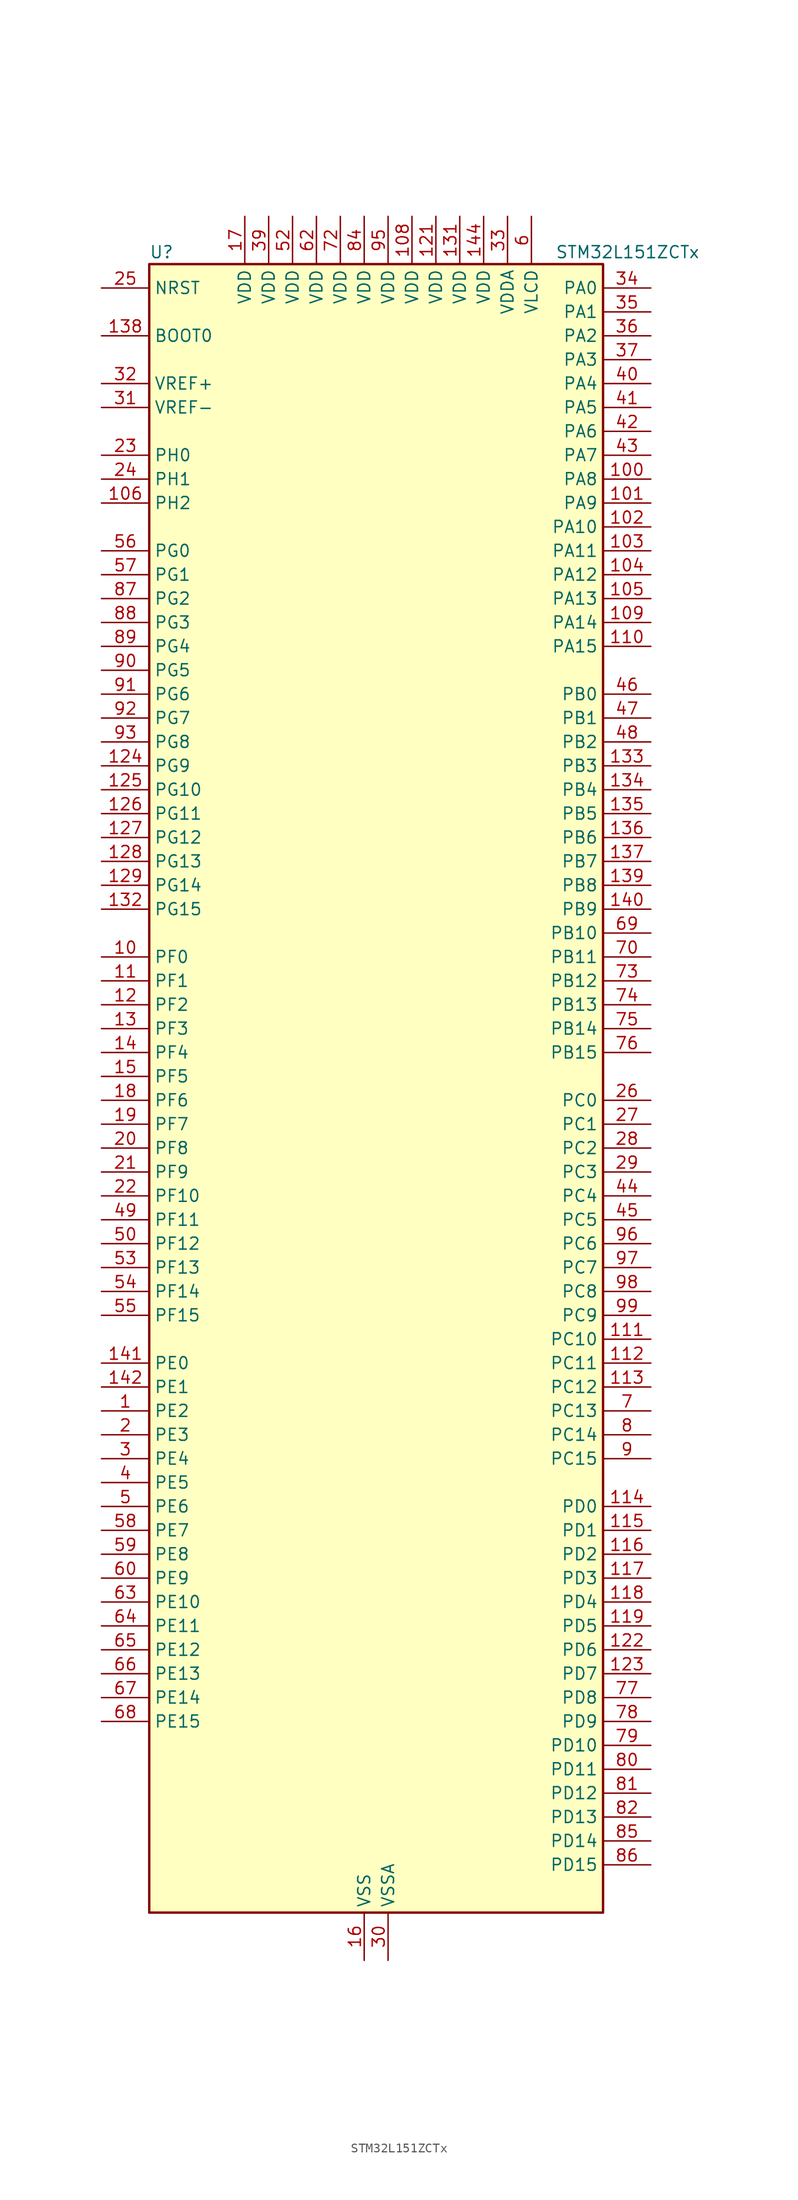
<source format=kicad_sym>
(kicad_symbol_lib
  (version 20220914)
  (generator kicad_symbol_editor)
  (symbol "STM32L151ZCTx"
    (property "Reference" "U"
      (at -22.86 90.17 0)
      (effects (font (size 1.27 1.27)) (justify left)))
    (property "Value" "STM32L151ZCTx"
      (at 20.32 90.17 0)
      (effects (font (size 1.27 1.27)) (justify left)))
    (property "ki_locked" ""
      (at 0 0 0)
      (effects (font (size 1.27 1.27))))
    (symbol "STM32L151ZCTx_0_1"
      (rectangle (start -22.86 -86.36) (end 25.4 88.9) (stroke (width 0.254) (type default)) (fill (type background))))
    (symbol "STM32L151ZCTx_1_1"
      (pin bidirectional line (at -27.94 -33.02 0) (length 5.08) (name "PE2" (effects (font (size 1.27 1.27)))) (number "1" (effects (font (size 1.27 1.27)))) (alternate "SYS_TRACECK" bidirectional line) (alternate "TIM3_ETR" bidirectional line) (alternate "TIMX_IC3" bidirectional line))
      (pin bidirectional line (at -27.94 15.24 0) (length 5.08) (name "PF0" (effects (font (size 1.27 1.27)))) (number "10" (effects (font (size 1.27 1.27)))))
      (pin bidirectional line (at 30.48 66.04 180) (length 5.08) (name "PA8" (effects (font (size 1.27 1.27)))) (number "100" (effects (font (size 1.27 1.27)))) (alternate "RCC_MCO" bidirectional line) (alternate "TIMX_IC1" bidirectional line) (alternate "TS_G4_IO1" bidirectional line) (alternate "USART1_CK" bidirectional line))
      (pin bidirectional line (at 30.48 63.5 180) (length 5.08) (name "PA9" (effects (font (size 1.27 1.27)))) (number "101" (effects (font (size 1.27 1.27)))) (alternate "DAC_EXTI9" bidirectional line) (alternate "TIMX_IC2" bidirectional line) (alternate "TS_G4_IO2" bidirectional line) (alternate "USART1_TX" bidirectional line))
      (pin bidirectional line (at 30.48 60.96 180) (length 5.08) (name "PA10" (effects (font (size 1.27 1.27)))) (number "102" (effects (font (size 1.27 1.27)))) (alternate "TIMX_IC3" bidirectional line) (alternate "TS_G4_IO3" bidirectional line) (alternate "USART1_RX" bidirectional line))
      (pin bidirectional line (at 30.48 58.42 180) (length 5.08) (name "PA11" (effects (font (size 1.27 1.27)))) (number "103" (effects (font (size 1.27 1.27)))) (alternate "ADC_EXTI11" bidirectional line) (alternate "SPI1_MISO" bidirectional line) (alternate "TIMX_IC4" bidirectional line) (alternate "USART1_CTS" bidirectional line) (alternate "USB_DM" bidirectional line))
      (pin bidirectional line (at 30.48 55.88 180) (length 5.08) (name "PA12" (effects (font (size 1.27 1.27)))) (number "104" (effects (font (size 1.27 1.27)))) (alternate "SPI1_MOSI" bidirectional line) (alternate "TIMX_IC1" bidirectional line) (alternate "USART1_RTS" bidirectional line) (alternate "USB_DP" bidirectional line))
      (pin bidirectional line (at 30.48 53.34 180) (length 5.08) (name "PA13" (effects (font (size 1.27 1.27)))) (number "105" (effects (font (size 1.27 1.27)))) (alternate "SYS_JTMS-SWDIO" bidirectional line) (alternate "TIMX_IC2" bidirectional line) (alternate "TS_G5_IO1" bidirectional line))
      (pin bidirectional line (at -27.94 63.5 0) (length 5.08) (name "PH2" (effects (font (size 1.27 1.27)))) (number "106" (effects (font (size 1.27 1.27)))))
      (pin passive line (at 0 -91.44 90) (length 5.08) hide (name "VSS" (effects (font (size 1.27 1.27)))) (number "107" (effects (font (size 1.27 1.27)))))
      (pin power_in line (at 5.08 93.98 270) (length 5.08) (name "VDD" (effects (font (size 1.27 1.27)))) (number "108" (effects (font (size 1.27 1.27)))))
      (pin bidirectional line (at 30.48 50.8 180) (length 5.08) (name "PA14" (effects (font (size 1.27 1.27)))) (number "109" (effects (font (size 1.27 1.27)))) (alternate "SYS_JTCK-SWCLK" bidirectional line) (alternate "TIMX_IC3" bidirectional line) (alternate "TS_G5_IO2" bidirectional line))
      (pin bidirectional line (at -27.94 12.7 0) (length 5.08) (name "PF1" (effects (font (size 1.27 1.27)))) (number "11" (effects (font (size 1.27 1.27)))))
      (pin bidirectional line (at 30.48 48.26 180) (length 5.08) (name "PA15" (effects (font (size 1.27 1.27)))) (number "110" (effects (font (size 1.27 1.27)))) (alternate "ADC_EXTI15" bidirectional line) (alternate "I2S3_WS" bidirectional line) (alternate "SPI1_NSS" bidirectional line) (alternate "SPI3_NSS" bidirectional line) (alternate "SYS_JTDI" bidirectional line) (alternate "TIM2_CH1" bidirectional line) (alternate "TIM2_ETR" bidirectional line) (alternate "TIMX_IC4" bidirectional line) (alternate "TS_G5_IO3" bidirectional line))
      (pin bidirectional line (at 30.48 -25.4 180) (length 5.08) (name "PC10" (effects (font (size 1.27 1.27)))) (number "111" (effects (font (size 1.27 1.27)))) (alternate "I2S3_CK" bidirectional line) (alternate "SPI3_SCK" bidirectional line) (alternate "TIMX_IC3" bidirectional line) (alternate "USART3_TX" bidirectional line))
      (pin bidirectional line (at 30.48 -27.94 180) (length 5.08) (name "PC11" (effects (font (size 1.27 1.27)))) (number "112" (effects (font (size 1.27 1.27)))) (alternate "ADC_EXTI11" bidirectional line) (alternate "SPI3_MISO" bidirectional line) (alternate "TIMX_IC4" bidirectional line) (alternate "USART3_RX" bidirectional line))
      (pin bidirectional line (at 30.48 -30.48 180) (length 5.08) (name "PC12" (effects (font (size 1.27 1.27)))) (number "113" (effects (font (size 1.27 1.27)))) (alternate "I2S3_SD" bidirectional line) (alternate "SPI3_MOSI" bidirectional line) (alternate "TIMX_IC1" bidirectional line) (alternate "USART3_CK" bidirectional line))
      (pin bidirectional line (at 30.48 -43.18 180) (length 5.08) (name "PD0" (effects (font (size 1.27 1.27)))) (number "114" (effects (font (size 1.27 1.27)))) (alternate "I2S2_WS" bidirectional line) (alternate "SPI2_NSS" bidirectional line) (alternate "TIM9_CH1" bidirectional line) (alternate "TIMX_IC1" bidirectional line))
      (pin bidirectional line (at 30.48 -45.72 180) (length 5.08) (name "PD1" (effects (font (size 1.27 1.27)))) (number "115" (effects (font (size 1.27 1.27)))) (alternate "I2S2_CK" bidirectional line) (alternate "SPI2_SCK" bidirectional line) (alternate "TIMX_IC2" bidirectional line))
      (pin bidirectional line (at 30.48 -48.26 180) (length 5.08) (name "PD2" (effects (font (size 1.27 1.27)))) (number "116" (effects (font (size 1.27 1.27)))) (alternate "TIM3_ETR" bidirectional line) (alternate "TIMX_IC3" bidirectional line))
      (pin bidirectional line (at 30.48 -50.8 180) (length 5.08) (name "PD3" (effects (font (size 1.27 1.27)))) (number "117" (effects (font (size 1.27 1.27)))) (alternate "SPI2_MISO" bidirectional line) (alternate "TIMX_IC4" bidirectional line) (alternate "USART2_CTS" bidirectional line))
      (pin bidirectional line (at 30.48 -53.34 180) (length 5.08) (name "PD4" (effects (font (size 1.27 1.27)))) (number "118" (effects (font (size 1.27 1.27)))) (alternate "I2S2_SD" bidirectional line) (alternate "SPI2_MOSI" bidirectional line) (alternate "TIMX_IC1" bidirectional line) (alternate "USART2_RTS" bidirectional line))
      (pin bidirectional line (at 30.48 -55.88 180) (length 5.08) (name "PD5" (effects (font (size 1.27 1.27)))) (number "119" (effects (font (size 1.27 1.27)))) (alternate "TIMX_IC2" bidirectional line) (alternate "USART2_TX" bidirectional line))
      (pin bidirectional line (at -27.94 10.16 0) (length 5.08) (name "PF2" (effects (font (size 1.27 1.27)))) (number "12" (effects (font (size 1.27 1.27)))))
      (pin passive line (at 0 -91.44 90) (length 5.08) hide (name "VSS" (effects (font (size 1.27 1.27)))) (number "120" (effects (font (size 1.27 1.27)))))
      (pin power_in line (at 7.62 93.98 270) (length 5.08) (name "VDD" (effects (font (size 1.27 1.27)))) (number "121" (effects (font (size 1.27 1.27)))))
      (pin bidirectional line (at 30.48 -58.42 180) (length 5.08) (name "PD6" (effects (font (size 1.27 1.27)))) (number "122" (effects (font (size 1.27 1.27)))) (alternate "TIMX_IC3" bidirectional line) (alternate "USART2_RX" bidirectional line))
      (pin bidirectional line (at 30.48 -60.96 180) (length 5.08) (name "PD7" (effects (font (size 1.27 1.27)))) (number "123" (effects (font (size 1.27 1.27)))) (alternate "TIM9_CH2" bidirectional line) (alternate "TIMX_IC4" bidirectional line) (alternate "USART2_CK" bidirectional line))
      (pin bidirectional line (at -27.94 35.56 0) (length 5.08) (name "PG9" (effects (font (size 1.27 1.27)))) (number "124" (effects (font (size 1.27 1.27)))) (alternate "DAC_EXTI9" bidirectional line))
      (pin bidirectional line (at -27.94 33.02 0) (length 5.08) (name "PG10" (effects (font (size 1.27 1.27)))) (number "125" (effects (font (size 1.27 1.27)))))
      (pin bidirectional line (at -27.94 30.48 0) (length 5.08) (name "PG11" (effects (font (size 1.27 1.27)))) (number "126" (effects (font (size 1.27 1.27)))) (alternate "ADC_EXTI11" bidirectional line))
      (pin bidirectional line (at -27.94 27.94 0) (length 5.08) (name "PG12" (effects (font (size 1.27 1.27)))) (number "127" (effects (font (size 1.27 1.27)))))
      (pin bidirectional line (at -27.94 25.4 0) (length 5.08) (name "PG13" (effects (font (size 1.27 1.27)))) (number "128" (effects (font (size 1.27 1.27)))))
      (pin bidirectional line (at -27.94 22.86 0) (length 5.08) (name "PG14" (effects (font (size 1.27 1.27)))) (number "129" (effects (font (size 1.27 1.27)))))
      (pin bidirectional line (at -27.94 7.62 0) (length 5.08) (name "PF3" (effects (font (size 1.27 1.27)))) (number "13" (effects (font (size 1.27 1.27)))))
      (pin passive line (at 0 -91.44 90) (length 5.08) hide (name "VSS" (effects (font (size 1.27 1.27)))) (number "130" (effects (font (size 1.27 1.27)))))
      (pin power_in line (at 10.16 93.98 270) (length 5.08) (name "VDD" (effects (font (size 1.27 1.27)))) (number "131" (effects (font (size 1.27 1.27)))))
      (pin bidirectional line (at -27.94 20.32 0) (length 5.08) (name "PG15" (effects (font (size 1.27 1.27)))) (number "132" (effects (font (size 1.27 1.27)))) (alternate "ADC_EXTI15" bidirectional line))
      (pin bidirectional line (at 30.48 35.56 180) (length 5.08) (name "PB3" (effects (font (size 1.27 1.27)))) (number "133" (effects (font (size 1.27 1.27)))) (alternate "COMP2_INM" bidirectional line) (alternate "I2S3_CK" bidirectional line) (alternate "SPI1_SCK" bidirectional line) (alternate "SPI3_SCK" bidirectional line) (alternate "SYS_JTDO-TRACESWO" bidirectional line) (alternate "TIM2_CH2" bidirectional line))
      (pin bidirectional line (at 30.48 33.02 180) (length 5.08) (name "PB4" (effects (font (size 1.27 1.27)))) (number "134" (effects (font (size 1.27 1.27)))) (alternate "COMP2_INP" bidirectional line) (alternate "SPI1_MISO" bidirectional line) (alternate "SPI3_MISO" bidirectional line) (alternate "SYS_JTRST" bidirectional line) (alternate "TIM3_CH1" bidirectional line) (alternate "TS_G6_IO1" bidirectional line))
      (pin bidirectional line (at 30.48 30.48 180) (length 5.08) (name "PB5" (effects (font (size 1.27 1.27)))) (number "135" (effects (font (size 1.27 1.27)))) (alternate "COMP2_INP" bidirectional line) (alternate "I2C1_SMBA" bidirectional line) (alternate "I2S3_SD" bidirectional line) (alternate "SPI1_MOSI" bidirectional line) (alternate "SPI3_MOSI" bidirectional line) (alternate "TIM3_CH2" bidirectional line) (alternate "TS_G6_IO2" bidirectional line))
      (pin bidirectional line (at 30.48 27.94 180) (length 5.08) (name "PB6" (effects (font (size 1.27 1.27)))) (number "136" (effects (font (size 1.27 1.27)))) (alternate "COMP2_INP" bidirectional line) (alternate "I2C1_SCL" bidirectional line) (alternate "TIM4_CH1" bidirectional line) (alternate "TS_G6_IO3" bidirectional line) (alternate "USART1_TX" bidirectional line))
      (pin bidirectional line (at 30.48 25.4 180) (length 5.08) (name "PB7" (effects (font (size 1.27 1.27)))) (number "137" (effects (font (size 1.27 1.27)))) (alternate "COMP2_INP" bidirectional line) (alternate "I2C1_SDA" bidirectional line) (alternate "SYS_PVD_IN" bidirectional line) (alternate "TIM4_CH2" bidirectional line) (alternate "TS_G6_IO4" bidirectional line) (alternate "USART1_RX" bidirectional line))
      (pin input line (at -27.94 81.28 0) (length 5.08) (name "BOOT0" (effects (font (size 1.27 1.27)))) (number "138" (effects (font (size 1.27 1.27)))))
      (pin bidirectional line (at 30.48 22.86 180) (length 5.08) (name "PB8" (effects (font (size 1.27 1.27)))) (number "139" (effects (font (size 1.27 1.27)))) (alternate "I2C1_SCL" bidirectional line) (alternate "TIM10_CH1" bidirectional line) (alternate "TIM4_CH3" bidirectional line))
      (pin bidirectional line (at -27.94 5.08 0) (length 5.08) (name "PF4" (effects (font (size 1.27 1.27)))) (number "14" (effects (font (size 1.27 1.27)))))
      (pin bidirectional line (at 30.48 20.32 180) (length 5.08) (name "PB9" (effects (font (size 1.27 1.27)))) (number "140" (effects (font (size 1.27 1.27)))) (alternate "DAC_EXTI9" bidirectional line) (alternate "I2C1_SDA" bidirectional line) (alternate "TIM11_CH1" bidirectional line) (alternate "TIM4_CH4" bidirectional line))
      (pin bidirectional line (at -27.94 -27.94 0) (length 5.08) (name "PE0" (effects (font (size 1.27 1.27)))) (number "141" (effects (font (size 1.27 1.27)))) (alternate "TIM10_CH1" bidirectional line) (alternate "TIM4_ETR" bidirectional line) (alternate "TIMX_IC1" bidirectional line))
      (pin bidirectional line (at -27.94 -30.48 0) (length 5.08) (name "PE1" (effects (font (size 1.27 1.27)))) (number "142" (effects (font (size 1.27 1.27)))) (alternate "TIM11_CH1" bidirectional line) (alternate "TIMX_IC2" bidirectional line))
      (pin passive line (at 0 -91.44 90) (length 5.08) hide (name "VSS" (effects (font (size 1.27 1.27)))) (number "143" (effects (font (size 1.27 1.27)))))
      (pin power_in line (at 12.7 93.98 270) (length 5.08) (name "VDD" (effects (font (size 1.27 1.27)))) (number "144" (effects (font (size 1.27 1.27)))))
      (pin bidirectional line (at -27.94 2.54 0) (length 5.08) (name "PF5" (effects (font (size 1.27 1.27)))) (number "15" (effects (font (size 1.27 1.27)))))
      (pin power_in line (at 0 -91.44 90) (length 5.08) (name "VSS" (effects (font (size 1.27 1.27)))) (number "16" (effects (font (size 1.27 1.27)))))
      (pin power_in line (at -12.7 93.98 270) (length 5.08) (name "VDD" (effects (font (size 1.27 1.27)))) (number "17" (effects (font (size 1.27 1.27)))))
      (pin bidirectional line (at -27.94 0 0) (length 5.08) (name "PF6" (effects (font (size 1.27 1.27)))) (number "18" (effects (font (size 1.27 1.27)))) (alternate "ADC_IN27" bidirectional line) (alternate "TIM5_CH1" bidirectional line) (alternate "TIM5_ETR" bidirectional line) (alternate "TS_G11_IO1" bidirectional line))
      (pin bidirectional line (at -27.94 -2.54 0) (length 5.08) (name "PF7" (effects (font (size 1.27 1.27)))) (number "19" (effects (font (size 1.27 1.27)))) (alternate "ADC_IN28" bidirectional line) (alternate "COMP1_INP" bidirectional line) (alternate "TIM5_CH2" bidirectional line) (alternate "TS_G11_IO2" bidirectional line))
      (pin bidirectional line (at -27.94 -35.56 0) (length 5.08) (name "PE3" (effects (font (size 1.27 1.27)))) (number "2" (effects (font (size 1.27 1.27)))) (alternate "SYS_TRACED0" bidirectional line) (alternate "TIM3_CH1" bidirectional line) (alternate "TIMX_IC4" bidirectional line))
      (pin bidirectional line (at -27.94 -5.08 0) (length 5.08) (name "PF8" (effects (font (size 1.27 1.27)))) (number "20" (effects (font (size 1.27 1.27)))) (alternate "ADC_IN29" bidirectional line) (alternate "COMP1_INP" bidirectional line) (alternate "TIM5_CH3" bidirectional line) (alternate "TS_G11_IO3" bidirectional line))
      (pin bidirectional line (at -27.94 -7.62 0) (length 5.08) (name "PF9" (effects (font (size 1.27 1.27)))) (number "21" (effects (font (size 1.27 1.27)))) (alternate "ADC_IN30" bidirectional line) (alternate "COMP1_INP" bidirectional line) (alternate "DAC_EXTI9" bidirectional line) (alternate "TIM5_CH4" bidirectional line) (alternate "TS_G11_IO4" bidirectional line))
      (pin bidirectional line (at -27.94 -10.16 0) (length 5.08) (name "PF10" (effects (font (size 1.27 1.27)))) (number "22" (effects (font (size 1.27 1.27)))) (alternate "ADC_IN31" bidirectional line) (alternate "COMP1_INP" bidirectional line) (alternate "TS_G11_IO5" bidirectional line))
      (pin bidirectional line (at -27.94 68.58 0) (length 5.08) (name "PH0" (effects (font (size 1.27 1.27)))) (number "23" (effects (font (size 1.27 1.27)))) (alternate "RCC_OSC_IN" bidirectional line))
      (pin bidirectional line (at -27.94 66.04 0) (length 5.08) (name "PH1" (effects (font (size 1.27 1.27)))) (number "24" (effects (font (size 1.27 1.27)))) (alternate "RCC_OSC_OUT" bidirectional line))
      (pin input line (at -27.94 86.36 0) (length 5.08) (name "NRST" (effects (font (size 1.27 1.27)))) (number "25" (effects (font (size 1.27 1.27)))))
      (pin bidirectional line (at 30.48 0 180) (length 5.08) (name "PC0" (effects (font (size 1.27 1.27)))) (number "26" (effects (font (size 1.27 1.27)))) (alternate "ADC_IN10" bidirectional line) (alternate "COMP1_INP" bidirectional line) (alternate "TIMX_IC1" bidirectional line) (alternate "TS_G8_IO1" bidirectional line))
      (pin bidirectional line (at 30.48 -2.54 180) (length 5.08) (name "PC1" (effects (font (size 1.27 1.27)))) (number "27" (effects (font (size 1.27 1.27)))) (alternate "ADC_IN11" bidirectional line) (alternate "COMP1_INP" bidirectional line) (alternate "TIMX_IC2" bidirectional line) (alternate "TS_G8_IO2" bidirectional line))
      (pin bidirectional line (at 30.48 -5.08 180) (length 5.08) (name "PC2" (effects (font (size 1.27 1.27)))) (number "28" (effects (font (size 1.27 1.27)))) (alternate "ADC_IN12" bidirectional line) (alternate "COMP1_INP" bidirectional line) (alternate "TIMX_IC3" bidirectional line) (alternate "TS_G8_IO3" bidirectional line))
      (pin bidirectional line (at 30.48 -7.62 180) (length 5.08) (name "PC3" (effects (font (size 1.27 1.27)))) (number "29" (effects (font (size 1.27 1.27)))) (alternate "ADC_IN13" bidirectional line) (alternate "COMP1_INP" bidirectional line) (alternate "TIMX_IC4" bidirectional line) (alternate "TS_G8_IO4" bidirectional line))
      (pin bidirectional line (at -27.94 -38.1 0) (length 5.08) (name "PE4" (effects (font (size 1.27 1.27)))) (number "3" (effects (font (size 1.27 1.27)))) (alternate "SYS_TRACED1" bidirectional line) (alternate "TIM3_CH2" bidirectional line) (alternate "TIMX_IC1" bidirectional line))
      (pin power_in line (at 2.54 -91.44 90) (length 5.08) (name "VSSA" (effects (font (size 1.27 1.27)))) (number "30" (effects (font (size 1.27 1.27)))))
      (pin input line (at -27.94 73.66 0) (length 5.08) (name "VREF-" (effects (font (size 1.27 1.27)))) (number "31" (effects (font (size 1.27 1.27)))))
      (pin input line (at -27.94 76.2 0) (length 5.08) (name "VREF+" (effects (font (size 1.27 1.27)))) (number "32" (effects (font (size 1.27 1.27)))))
      (pin power_in line (at 15.24 93.98 270) (length 5.08) (name "VDDA" (effects (font (size 1.27 1.27)))) (number "33" (effects (font (size 1.27 1.27)))))
      (pin bidirectional line (at 30.48 86.36 180) (length 5.08) (name "PA0" (effects (font (size 1.27 1.27)))) (number "34" (effects (font (size 1.27 1.27)))) (alternate "ADC_IN0" bidirectional line) (alternate "COMP1_INP" bidirectional line) (alternate "RTC_TAMP2" bidirectional line) (alternate "SYS_WKUP1" bidirectional line) (alternate "TIM2_CH1" bidirectional line) (alternate "TIM2_ETR" bidirectional line) (alternate "TIM5_CH1" bidirectional line) (alternate "TIMX_IC1" bidirectional line) (alternate "TS_G1_IO1" bidirectional line) (alternate "USART2_CTS" bidirectional line))
      (pin bidirectional line (at 30.48 83.82 180) (length 5.08) (name "PA1" (effects (font (size 1.27 1.27)))) (number "35" (effects (font (size 1.27 1.27)))) (alternate "ADC_IN1" bidirectional line) (alternate "COMP1_INP" bidirectional line) (alternate "OPAMP1_VINP" bidirectional line) (alternate "TIM2_CH2" bidirectional line) (alternate "TIM5_CH2" bidirectional line) (alternate "TIMX_IC2" bidirectional line) (alternate "TS_G1_IO2" bidirectional line) (alternate "USART2_RTS" bidirectional line))
      (pin bidirectional line (at 30.48 81.28 180) (length 5.08) (name "PA2" (effects (font (size 1.27 1.27)))) (number "36" (effects (font (size 1.27 1.27)))) (alternate "ADC_IN2" bidirectional line) (alternate "COMP1_INP" bidirectional line) (alternate "OPAMP1_VINM" bidirectional line) (alternate "TIM2_CH3" bidirectional line) (alternate "TIM5_CH3" bidirectional line) (alternate "TIM9_CH1" bidirectional line) (alternate "TIMX_IC3" bidirectional line) (alternate "TS_G1_IO3" bidirectional line) (alternate "USART2_TX" bidirectional line))
      (pin bidirectional line (at 30.48 78.74 180) (length 5.08) (name "PA3" (effects (font (size 1.27 1.27)))) (number "37" (effects (font (size 1.27 1.27)))) (alternate "ADC_IN3" bidirectional line) (alternate "COMP1_INP" bidirectional line) (alternate "OPAMP1_VOUT" bidirectional line) (alternate "TIM2_CH4" bidirectional line) (alternate "TIM5_CH4" bidirectional line) (alternate "TIM9_CH2" bidirectional line) (alternate "TIMX_IC4" bidirectional line) (alternate "TS_G1_IO4" bidirectional line) (alternate "USART2_RX" bidirectional line))
      (pin passive line (at 0 -91.44 90) (length 5.08) hide (name "VSS" (effects (font (size 1.27 1.27)))) (number "38" (effects (font (size 1.27 1.27)))))
      (pin power_in line (at -10.16 93.98 270) (length 5.08) (name "VDD" (effects (font (size 1.27 1.27)))) (number "39" (effects (font (size 1.27 1.27)))))
      (pin bidirectional line (at -27.94 -40.64 0) (length 5.08) (name "PE5" (effects (font (size 1.27 1.27)))) (number "4" (effects (font (size 1.27 1.27)))) (alternate "SYS_TRACED2" bidirectional line) (alternate "TIM9_CH1" bidirectional line) (alternate "TIMX_IC2" bidirectional line))
      (pin bidirectional line (at 30.48 76.2 180) (length 5.08) (name "PA4" (effects (font (size 1.27 1.27)))) (number "40" (effects (font (size 1.27 1.27)))) (alternate "ADC_IN4" bidirectional line) (alternate "COMP1_INP" bidirectional line) (alternate "DAC_OUT1" bidirectional line) (alternate "I2S3_WS" bidirectional line) (alternate "SPI1_NSS" bidirectional line) (alternate "SPI3_NSS" bidirectional line) (alternate "TIMX_IC1" bidirectional line) (alternate "USART2_CK" bidirectional line))
      (pin bidirectional line (at 30.48 73.66 180) (length 5.08) (name "PA5" (effects (font (size 1.27 1.27)))) (number "41" (effects (font (size 1.27 1.27)))) (alternate "ADC_IN5" bidirectional line) (alternate "COMP1_INP" bidirectional line) (alternate "DAC_OUT2" bidirectional line) (alternate "SPI1_SCK" bidirectional line) (alternate "TIM2_CH1" bidirectional line) (alternate "TIM2_ETR" bidirectional line) (alternate "TIMX_IC2" bidirectional line))
      (pin bidirectional line (at 30.48 71.12 180) (length 5.08) (name "PA6" (effects (font (size 1.27 1.27)))) (number "42" (effects (font (size 1.27 1.27)))) (alternate "ADC_IN6" bidirectional line) (alternate "COMP1_INP" bidirectional line) (alternate "OPAMP2_VINP" bidirectional line) (alternate "SPI1_MISO" bidirectional line) (alternate "TIM10_CH1" bidirectional line) (alternate "TIM3_CH1" bidirectional line) (alternate "TIMX_IC3" bidirectional line) (alternate "TS_G2_IO1" bidirectional line))
      (pin bidirectional line (at 30.48 68.58 180) (length 5.08) (name "PA7" (effects (font (size 1.27 1.27)))) (number "43" (effects (font (size 1.27 1.27)))) (alternate "ADC_IN7" bidirectional line) (alternate "COMP1_INP" bidirectional line) (alternate "OPAMP2_VINM" bidirectional line) (alternate "SPI1_MOSI" bidirectional line) (alternate "TIM11_CH1" bidirectional line) (alternate "TIM3_CH2" bidirectional line) (alternate "TIMX_IC4" bidirectional line) (alternate "TS_G2_IO2" bidirectional line))
      (pin bidirectional line (at 30.48 -10.16 180) (length 5.08) (name "PC4" (effects (font (size 1.27 1.27)))) (number "44" (effects (font (size 1.27 1.27)))) (alternate "ADC_IN14" bidirectional line) (alternate "COMP1_INP" bidirectional line) (alternate "TIMX_IC1" bidirectional line) (alternate "TS_G9_IO1" bidirectional line))
      (pin bidirectional line (at 30.48 -12.7 180) (length 5.08) (name "PC5" (effects (font (size 1.27 1.27)))) (number "45" (effects (font (size 1.27 1.27)))) (alternate "ADC_IN15" bidirectional line) (alternate "COMP1_INP" bidirectional line) (alternate "TIMX_IC2" bidirectional line) (alternate "TS_G9_IO2" bidirectional line))
      (pin bidirectional line (at 30.48 43.18 180) (length 5.08) (name "PB0" (effects (font (size 1.27 1.27)))) (number "46" (effects (font (size 1.27 1.27)))) (alternate "ADC_IN8" bidirectional line) (alternate "COMP1_INP" bidirectional line) (alternate "OPAMP2_VOUT" bidirectional line) (alternate "SYS_V_REF_OUT" bidirectional line) (alternate "TIM3_CH3" bidirectional line) (alternate "TS_G3_IO1" bidirectional line))
      (pin bidirectional line (at 30.48 40.64 180) (length 5.08) (name "PB1" (effects (font (size 1.27 1.27)))) (number "47" (effects (font (size 1.27 1.27)))) (alternate "ADC_IN9" bidirectional line) (alternate "COMP1_INP" bidirectional line) (alternate "SYS_V_REF_OUT" bidirectional line) (alternate "TIM3_CH4" bidirectional line) (alternate "TS_G3_IO2" bidirectional line))
      (pin bidirectional line (at 30.48 38.1 180) (length 5.08) (name "PB2" (effects (font (size 1.27 1.27)))) (number "48" (effects (font (size 1.27 1.27)))) (alternate "ADC_IN0b" bidirectional line) (alternate "TS_G3_IO3" bidirectional line))
      (pin bidirectional line (at -27.94 -12.7 0) (length 5.08) (name "PF11" (effects (font (size 1.27 1.27)))) (number "49" (effects (font (size 1.27 1.27)))) (alternate "ADC_EXTI11" bidirectional line) (alternate "ADC_IN1b" bidirectional line) (alternate "TS_G3_IO4" bidirectional line))
      (pin bidirectional line (at -27.94 -43.18 0) (length 5.08) (name "PE6" (effects (font (size 1.27 1.27)))) (number "5" (effects (font (size 1.27 1.27)))) (alternate "RTC_TAMP3" bidirectional line) (alternate "SYS_TRACED3" bidirectional line) (alternate "SYS_WKUP3" bidirectional line) (alternate "TIM9_CH2" bidirectional line) (alternate "TIMX_IC3" bidirectional line))
      (pin bidirectional line (at -27.94 -15.24 0) (length 5.08) (name "PF12" (effects (font (size 1.27 1.27)))) (number "50" (effects (font (size 1.27 1.27)))) (alternate "ADC_IN2b" bidirectional line) (alternate "TS_G3_IO5" bidirectional line))
      (pin passive line (at 0 -91.44 90) (length 5.08) hide (name "VSS" (effects (font (size 1.27 1.27)))) (number "51" (effects (font (size 1.27 1.27)))))
      (pin power_in line (at -7.62 93.98 270) (length 5.08) (name "VDD" (effects (font (size 1.27 1.27)))) (number "52" (effects (font (size 1.27 1.27)))))
      (pin bidirectional line (at -27.94 -17.78 0) (length 5.08) (name "PF13" (effects (font (size 1.27 1.27)))) (number "53" (effects (font (size 1.27 1.27)))) (alternate "ADC_IN3b" bidirectional line) (alternate "TS_G9_IO3" bidirectional line))
      (pin bidirectional line (at -27.94 -20.32 0) (length 5.08) (name "PF14" (effects (font (size 1.27 1.27)))) (number "54" (effects (font (size 1.27 1.27)))) (alternate "ADC_IN6b" bidirectional line) (alternate "TS_G9_IO4" bidirectional line))
      (pin bidirectional line (at -27.94 -22.86 0) (length 5.08) (name "PF15" (effects (font (size 1.27 1.27)))) (number "55" (effects (font (size 1.27 1.27)))) (alternate "ADC_EXTI15" bidirectional line) (alternate "ADC_IN7b" bidirectional line) (alternate "TS_G2_IO3" bidirectional line))
      (pin bidirectional line (at -27.94 58.42 0) (length 5.08) (name "PG0" (effects (font (size 1.27 1.27)))) (number "56" (effects (font (size 1.27 1.27)))) (alternate "ADC_IN8b" bidirectional line) (alternate "TS_G2_IO4" bidirectional line))
      (pin bidirectional line (at -27.94 55.88 0) (length 5.08) (name "PG1" (effects (font (size 1.27 1.27)))) (number "57" (effects (font (size 1.27 1.27)))) (alternate "ADC_IN9b" bidirectional line) (alternate "TS_G2_IO5" bidirectional line))
      (pin bidirectional line (at -27.94 -45.72 0) (length 5.08) (name "PE7" (effects (font (size 1.27 1.27)))) (number "58" (effects (font (size 1.27 1.27)))) (alternate "ADC_IN22" bidirectional line) (alternate "COMP1_INP" bidirectional line) (alternate "TIMX_IC4" bidirectional line))
      (pin bidirectional line (at -27.94 -48.26 0) (length 5.08) (name "PE8" (effects (font (size 1.27 1.27)))) (number "59" (effects (font (size 1.27 1.27)))) (alternate "ADC_IN23" bidirectional line) (alternate "COMP1_INP" bidirectional line) (alternate "TIMX_IC1" bidirectional line))
      (pin power_in line (at 17.78 93.98 270) (length 5.08) (name "VLCD" (effects (font (size 1.27 1.27)))) (number "6" (effects (font (size 1.27 1.27)))))
      (pin bidirectional line (at -27.94 -50.8 0) (length 5.08) (name "PE9" (effects (font (size 1.27 1.27)))) (number "60" (effects (font (size 1.27 1.27)))) (alternate "ADC_IN24" bidirectional line) (alternate "COMP1_INP" bidirectional line) (alternate "DAC_EXTI9" bidirectional line) (alternate "TIM2_CH1" bidirectional line) (alternate "TIM2_ETR" bidirectional line) (alternate "TIMX_IC2" bidirectional line))
      (pin passive line (at 0 -91.44 90) (length 5.08) hide (name "VSS" (effects (font (size 1.27 1.27)))) (number "61" (effects (font (size 1.27 1.27)))))
      (pin power_in line (at -5.08 93.98 270) (length 5.08) (name "VDD" (effects (font (size 1.27 1.27)))) (number "62" (effects (font (size 1.27 1.27)))))
      (pin bidirectional line (at -27.94 -53.34 0) (length 5.08) (name "PE10" (effects (font (size 1.27 1.27)))) (number "63" (effects (font (size 1.27 1.27)))) (alternate "ADC_IN25" bidirectional line) (alternate "COMP1_INP" bidirectional line) (alternate "TIM2_CH2" bidirectional line) (alternate "TIMX_IC3" bidirectional line))
      (pin bidirectional line (at -27.94 -55.88 0) (length 5.08) (name "PE11" (effects (font (size 1.27 1.27)))) (number "64" (effects (font (size 1.27 1.27)))) (alternate "ADC_EXTI11" bidirectional line) (alternate "TIM2_CH3" bidirectional line) (alternate "TIMX_IC4" bidirectional line))
      (pin bidirectional line (at -27.94 -58.42 0) (length 5.08) (name "PE12" (effects (font (size 1.27 1.27)))) (number "65" (effects (font (size 1.27 1.27)))) (alternate "SPI1_NSS" bidirectional line) (alternate "TIM2_CH4" bidirectional line) (alternate "TIMX_IC1" bidirectional line))
      (pin bidirectional line (at -27.94 -60.96 0) (length 5.08) (name "PE13" (effects (font (size 1.27 1.27)))) (number "66" (effects (font (size 1.27 1.27)))) (alternate "SPI1_SCK" bidirectional line) (alternate "TIMX_IC2" bidirectional line))
      (pin bidirectional line (at -27.94 -63.5 0) (length 5.08) (name "PE14" (effects (font (size 1.27 1.27)))) (number "67" (effects (font (size 1.27 1.27)))) (alternate "SPI1_MISO" bidirectional line) (alternate "TIMX_IC3" bidirectional line))
      (pin bidirectional line (at -27.94 -66.04 0) (length 5.08) (name "PE15" (effects (font (size 1.27 1.27)))) (number "68" (effects (font (size 1.27 1.27)))) (alternate "ADC_EXTI15" bidirectional line) (alternate "SPI1_MOSI" bidirectional line) (alternate "TIMX_IC4" bidirectional line))
      (pin bidirectional line (at 30.48 17.78 180) (length 5.08) (name "PB10" (effects (font (size 1.27 1.27)))) (number "69" (effects (font (size 1.27 1.27)))) (alternate "I2C2_SCL" bidirectional line) (alternate "TIM2_CH3" bidirectional line) (alternate "USART3_TX" bidirectional line))
      (pin bidirectional line (at 30.48 -33.02 180) (length 5.08) (name "PC13" (effects (font (size 1.27 1.27)))) (number "7" (effects (font (size 1.27 1.27)))) (alternate "RTC_OUT_ALARM" bidirectional line) (alternate "RTC_OUT_CALIB" bidirectional line) (alternate "RTC_TAMP1" bidirectional line) (alternate "RTC_TS" bidirectional line) (alternate "SYS_WKUP2" bidirectional line) (alternate "TIMX_IC2" bidirectional line))
      (pin bidirectional line (at 30.48 15.24 180) (length 5.08) (name "PB11" (effects (font (size 1.27 1.27)))) (number "70" (effects (font (size 1.27 1.27)))) (alternate "ADC_EXTI11" bidirectional line) (alternate "I2C2_SDA" bidirectional line) (alternate "TIM2_CH4" bidirectional line) (alternate "USART3_RX" bidirectional line))
      (pin passive line (at 0 -91.44 90) (length 5.08) hide (name "VSS" (effects (font (size 1.27 1.27)))) (number "71" (effects (font (size 1.27 1.27)))))
      (pin power_in line (at -2.54 93.98 270) (length 5.08) (name "VDD" (effects (font (size 1.27 1.27)))) (number "72" (effects (font (size 1.27 1.27)))))
      (pin bidirectional line (at 30.48 12.7 180) (length 5.08) (name "PB12" (effects (font (size 1.27 1.27)))) (number "73" (effects (font (size 1.27 1.27)))) (alternate "ADC_IN18" bidirectional line) (alternate "COMP1_INP" bidirectional line) (alternate "I2C2_SMBA" bidirectional line) (alternate "I2S2_WS" bidirectional line) (alternate "SPI2_NSS" bidirectional line) (alternate "TIM10_CH1" bidirectional line) (alternate "TS_G7_IO1" bidirectional line) (alternate "USART3_CK" bidirectional line))
      (pin bidirectional line (at 30.48 10.16 180) (length 5.08) (name "PB13" (effects (font (size 1.27 1.27)))) (number "74" (effects (font (size 1.27 1.27)))) (alternate "ADC_IN19" bidirectional line) (alternate "COMP1_INP" bidirectional line) (alternate "I2S2_CK" bidirectional line) (alternate "SPI2_SCK" bidirectional line) (alternate "TIM9_CH1" bidirectional line) (alternate "TS_G7_IO2" bidirectional line) (alternate "USART3_CTS" bidirectional line))
      (pin bidirectional line (at 30.48 7.62 180) (length 5.08) (name "PB14" (effects (font (size 1.27 1.27)))) (number "75" (effects (font (size 1.27 1.27)))) (alternate "ADC_IN20" bidirectional line) (alternate "COMP1_INP" bidirectional line) (alternate "SPI2_MISO" bidirectional line) (alternate "TIM9_CH2" bidirectional line) (alternate "TS_G7_IO3" bidirectional line) (alternate "USART3_RTS" bidirectional line))
      (pin bidirectional line (at 30.48 5.08 180) (length 5.08) (name "PB15" (effects (font (size 1.27 1.27)))) (number "76" (effects (font (size 1.27 1.27)))) (alternate "ADC_EXTI15" bidirectional line) (alternate "ADC_IN21" bidirectional line) (alternate "COMP1_INP" bidirectional line) (alternate "I2S2_SD" bidirectional line) (alternate "RTC_REFIN" bidirectional line) (alternate "SPI2_MOSI" bidirectional line) (alternate "TIM11_CH1" bidirectional line) (alternate "TS_G7_IO4" bidirectional line))
      (pin bidirectional line (at 30.48 -63.5 180) (length 5.08) (name "PD8" (effects (font (size 1.27 1.27)))) (number "77" (effects (font (size 1.27 1.27)))) (alternate "TIMX_IC1" bidirectional line) (alternate "USART3_TX" bidirectional line))
      (pin bidirectional line (at 30.48 -66.04 180) (length 5.08) (name "PD9" (effects (font (size 1.27 1.27)))) (number "78" (effects (font (size 1.27 1.27)))) (alternate "DAC_EXTI9" bidirectional line) (alternate "TIMX_IC2" bidirectional line) (alternate "USART3_RX" bidirectional line))
      (pin bidirectional line (at 30.48 -68.58 180) (length 5.08) (name "PD10" (effects (font (size 1.27 1.27)))) (number "79" (effects (font (size 1.27 1.27)))) (alternate "TIMX_IC3" bidirectional line) (alternate "USART3_CK" bidirectional line))
      (pin bidirectional line (at 30.48 -35.56 180) (length 5.08) (name "PC14" (effects (font (size 1.27 1.27)))) (number "8" (effects (font (size 1.27 1.27)))) (alternate "RCC_OSC32_IN" bidirectional line) (alternate "TIMX_IC3" bidirectional line))
      (pin bidirectional line (at 30.48 -71.12 180) (length 5.08) (name "PD11" (effects (font (size 1.27 1.27)))) (number "80" (effects (font (size 1.27 1.27)))) (alternate "ADC_EXTI11" bidirectional line) (alternate "TIMX_IC4" bidirectional line) (alternate "USART3_CTS" bidirectional line))
      (pin bidirectional line (at 30.48 -73.66 180) (length 5.08) (name "PD12" (effects (font (size 1.27 1.27)))) (number "81" (effects (font (size 1.27 1.27)))) (alternate "TIM4_CH1" bidirectional line) (alternate "TIMX_IC1" bidirectional line) (alternate "USART3_RTS" bidirectional line))
      (pin bidirectional line (at 30.48 -76.2 180) (length 5.08) (name "PD13" (effects (font (size 1.27 1.27)))) (number "82" (effects (font (size 1.27 1.27)))) (alternate "TIM4_CH2" bidirectional line) (alternate "TIMX_IC2" bidirectional line))
      (pin passive line (at 0 -91.44 90) (length 5.08) hide (name "VSS" (effects (font (size 1.27 1.27)))) (number "83" (effects (font (size 1.27 1.27)))))
      (pin power_in line (at 0 93.98 270) (length 5.08) (name "VDD" (effects (font (size 1.27 1.27)))) (number "84" (effects (font (size 1.27 1.27)))))
      (pin bidirectional line (at 30.48 -78.74 180) (length 5.08) (name "PD14" (effects (font (size 1.27 1.27)))) (number "85" (effects (font (size 1.27 1.27)))) (alternate "TIM4_CH3" bidirectional line) (alternate "TIMX_IC3" bidirectional line))
      (pin bidirectional line (at 30.48 -81.28 180) (length 5.08) (name "PD15" (effects (font (size 1.27 1.27)))) (number "86" (effects (font (size 1.27 1.27)))) (alternate "ADC_EXTI15" bidirectional line) (alternate "TIM4_CH4" bidirectional line) (alternate "TIMX_IC4" bidirectional line))
      (pin bidirectional line (at -27.94 53.34 0) (length 5.08) (name "PG2" (effects (font (size 1.27 1.27)))) (number "87" (effects (font (size 1.27 1.27)))) (alternate "ADC_IN10b" bidirectional line) (alternate "TS_G7_IO5" bidirectional line))
      (pin bidirectional line (at -27.94 50.8 0) (length 5.08) (name "PG3" (effects (font (size 1.27 1.27)))) (number "88" (effects (font (size 1.27 1.27)))) (alternate "ADC_IN11b" bidirectional line) (alternate "TS_G7_IO6" bidirectional line))
      (pin bidirectional line (at -27.94 48.26 0) (length 5.08) (name "PG4" (effects (font (size 1.27 1.27)))) (number "89" (effects (font (size 1.27 1.27)))) (alternate "ADC_IN12b" bidirectional line) (alternate "TS_G7_IO7" bidirectional line))
      (pin bidirectional line (at 30.48 -38.1 180) (length 5.08) (name "PC15" (effects (font (size 1.27 1.27)))) (number "9" (effects (font (size 1.27 1.27)))) (alternate "ADC_EXTI15" bidirectional line) (alternate "RCC_OSC32_OUT" bidirectional line) (alternate "TIMX_IC4" bidirectional line))
      (pin bidirectional line (at -27.94 45.72 0) (length 5.08) (name "PG5" (effects (font (size 1.27 1.27)))) (number "90" (effects (font (size 1.27 1.27)))))
      (pin bidirectional line (at -27.94 43.18 0) (length 5.08) (name "PG6" (effects (font (size 1.27 1.27)))) (number "91" (effects (font (size 1.27 1.27)))))
      (pin bidirectional line (at -27.94 40.64 0) (length 5.08) (name "PG7" (effects (font (size 1.27 1.27)))) (number "92" (effects (font (size 1.27 1.27)))))
      (pin bidirectional line (at -27.94 38.1 0) (length 5.08) (name "PG8" (effects (font (size 1.27 1.27)))) (number "93" (effects (font (size 1.27 1.27)))))
      (pin passive line (at 0 -91.44 90) (length 5.08) hide (name "VSS" (effects (font (size 1.27 1.27)))) (number "94" (effects (font (size 1.27 1.27)))))
      (pin power_in line (at 2.54 93.98 270) (length 5.08) (name "VDD" (effects (font (size 1.27 1.27)))) (number "95" (effects (font (size 1.27 1.27)))))
      (pin bidirectional line (at 30.48 -15.24 180) (length 5.08) (name "PC6" (effects (font (size 1.27 1.27)))) (number "96" (effects (font (size 1.27 1.27)))) (alternate "I2S2_MCK" bidirectional line) (alternate "TIM3_CH1" bidirectional line) (alternate "TIMX_IC3" bidirectional line) (alternate "TS_G10_IO1" bidirectional line))
      (pin bidirectional line (at 30.48 -17.78 180) (length 5.08) (name "PC7" (effects (font (size 1.27 1.27)))) (number "97" (effects (font (size 1.27 1.27)))) (alternate "I2S3_MCK" bidirectional line) (alternate "TIM3_CH2" bidirectional line) (alternate "TIMX_IC4" bidirectional line) (alternate "TS_G10_IO2" bidirectional line))
      (pin bidirectional line (at 30.48 -20.32 180) (length 5.08) (name "PC8" (effects (font (size 1.27 1.27)))) (number "98" (effects (font (size 1.27 1.27)))) (alternate "TIM3_CH3" bidirectional line) (alternate "TIMX_IC1" bidirectional line) (alternate "TS_G10_IO3" bidirectional line))
      (pin bidirectional line (at 30.48 -22.86 180) (length 5.08) (name "PC9" (effects (font (size 1.27 1.27)))) (number "99" (effects (font (size 1.27 1.27)))) (alternate "DAC_EXTI9" bidirectional line) (alternate "TIM3_CH4" bidirectional line) (alternate "TIMX_IC2" bidirectional line) (alternate "TS_G10_IO4" bidirectional line)))))
</source>
